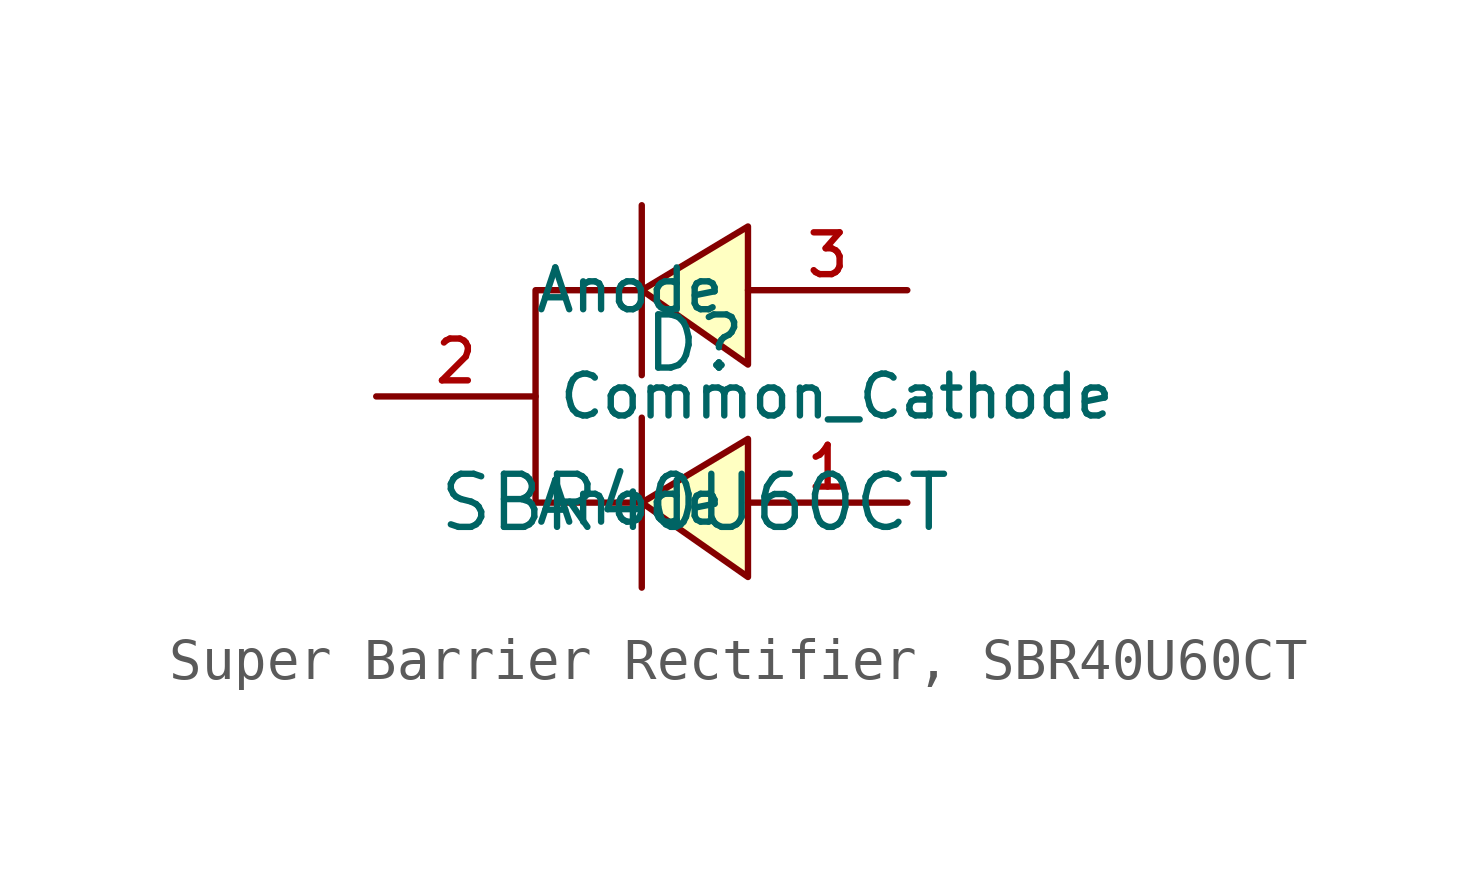
<source format=kicad_sym>
(kicad_symbol_lib
  (version 20231120)
  (generator "CDFER_Archive_Tool")
  (generator_version "0.0")
  (symbol "Super Barrier Rectifier, SBR40U60CT"
    (property "Reference" "D"
      (at 0 1.27 0)
      (effects (font (size 1.27 1.27))))
    (property "Value" "SBR40U60CT"
      (at 0 -2.54 0)
      (effects (font (size 1.27 1.27))))
    (symbol "Super Barrier Rectifier, SBR40U60CT_0_1"
      (polyline (pts (xy -1.27 -4.572) (xy -1.27 -0.508)) (stroke (width 0) (type default)) (fill (type none)))
      (polyline (pts (xy -1.27 0.508) (xy -1.27 4.572)) (stroke (width 0) (type default)) (fill (type none)))
      (polyline (pts (xy -1.27 -2.54) (xy -3.81 -2.54) (xy -3.81 2.54) (xy -1.27 2.54)) (stroke (width 0) (type default)) (fill (type none)))
      (polyline (pts (xy 1.27 -1.016) (xy -1.27 -2.54) (xy 1.27 -4.318) (xy 1.27 -1.016)) (stroke (width 0) (type default)) (fill (type background)))
      (polyline (pts (xy 1.27 4.064) (xy -1.27 2.54) (xy 1.27 0.762) (xy 1.27 4.064)) (stroke (width 0) (type default)) (fill (type background)))
      (pin unspecified line (at 5.08 -2.54 180) (length 3.81) (name "Anode" (effects (font (size 1 1)))) (number "1" (effects (font (size 1 1)))))
      (pin unspecified line (at -7.62 0 0) (length 3.81) (name "Common_Cathode" (effects (font (size 1 1)))) (number "2" (effects (font (size 1 1)))))
      (pin unspecified line (at 5.08 2.54 180) (length 3.81) (name "Anode" (effects (font (size 1 1)))) (number "3" (effects (font (size 1 1))))))))
</source>
